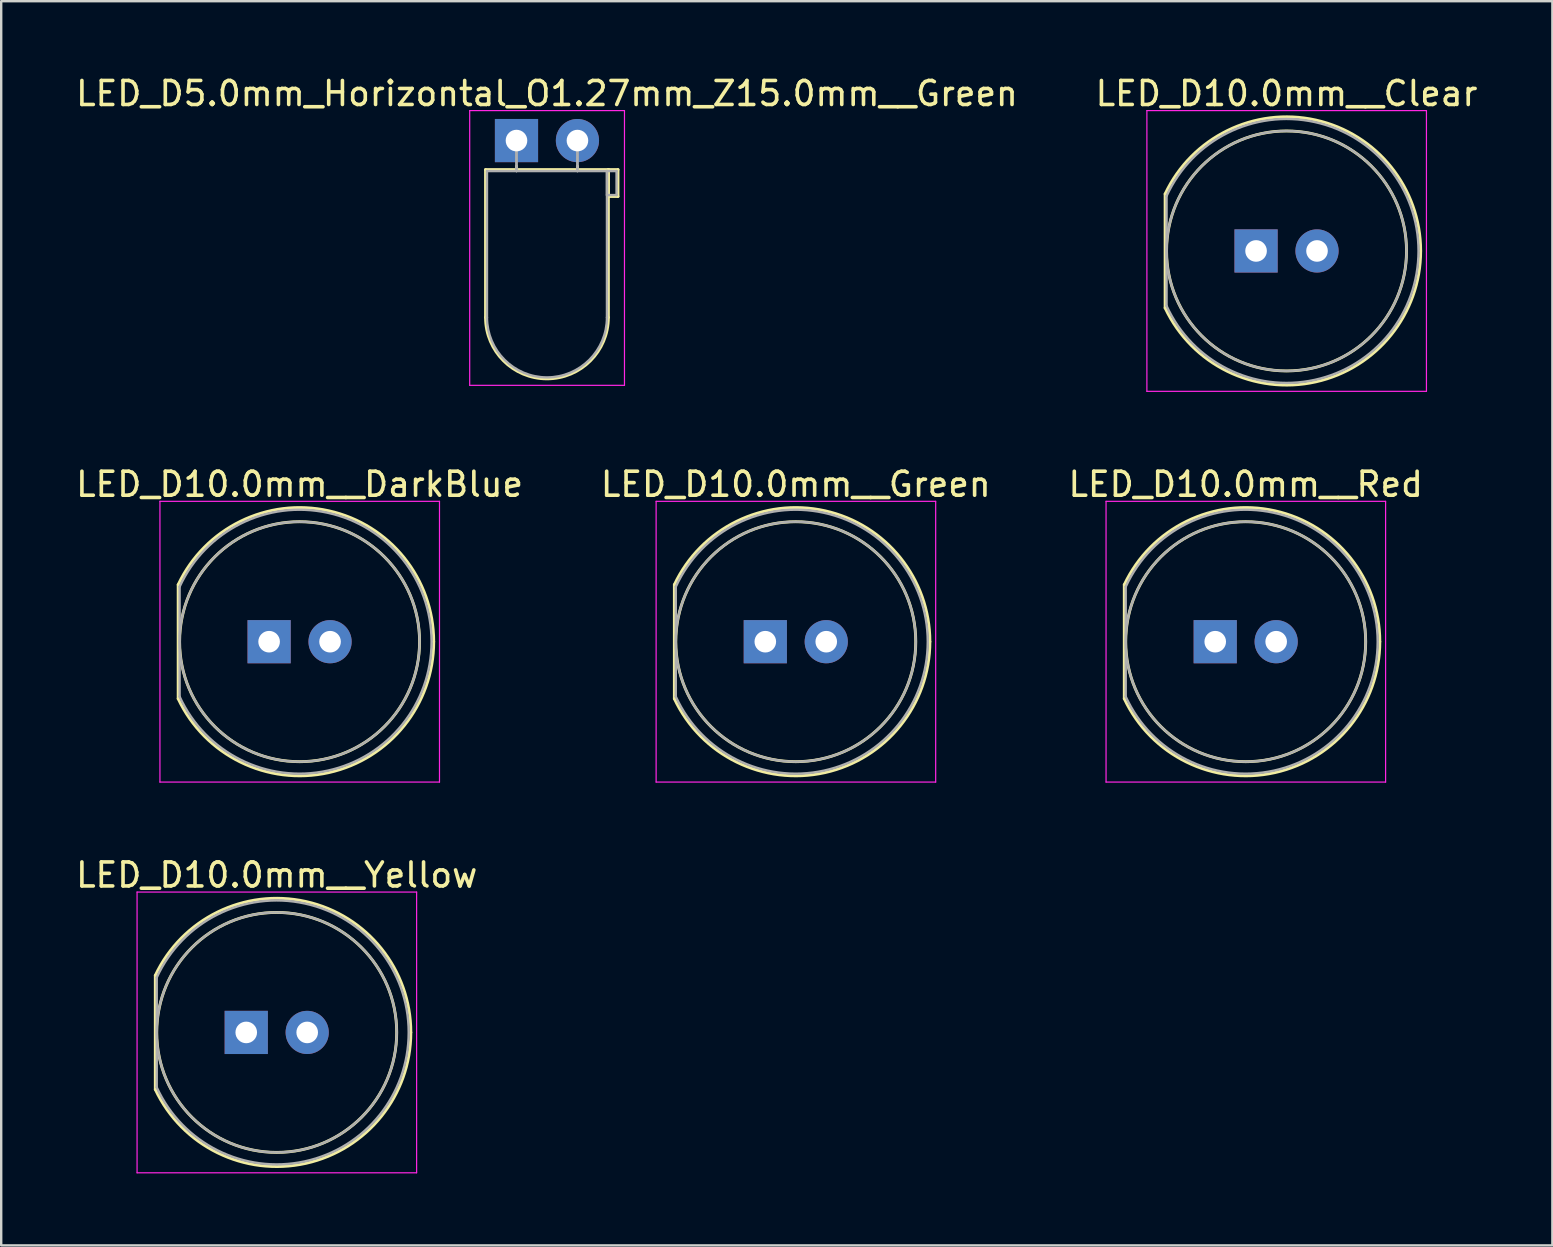
<source format=kicad_pcb>
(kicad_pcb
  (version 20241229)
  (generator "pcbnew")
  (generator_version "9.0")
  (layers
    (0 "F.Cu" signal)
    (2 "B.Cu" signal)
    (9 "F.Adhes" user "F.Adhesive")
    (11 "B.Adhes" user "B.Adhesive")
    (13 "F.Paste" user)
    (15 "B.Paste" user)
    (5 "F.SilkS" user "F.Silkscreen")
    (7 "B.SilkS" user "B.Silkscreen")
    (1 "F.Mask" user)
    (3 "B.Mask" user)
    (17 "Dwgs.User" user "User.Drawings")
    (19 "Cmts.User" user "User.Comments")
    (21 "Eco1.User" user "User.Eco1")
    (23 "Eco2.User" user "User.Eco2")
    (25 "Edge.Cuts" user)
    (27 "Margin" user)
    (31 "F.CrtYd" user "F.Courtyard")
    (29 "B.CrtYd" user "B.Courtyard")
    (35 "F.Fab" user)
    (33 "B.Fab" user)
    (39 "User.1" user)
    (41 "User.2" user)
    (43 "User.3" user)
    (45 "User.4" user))
  (footprint "LED_D10.0mm__DarkBlue"
    (layer "F.Cu")
    (at 8.165 23.692)
    (property "Reference" "LED_D10.0mm__DarkBlue" (at 1.27 -6.56 0) (layer "F.SilkS") (effects (font (size 1 1) (thickness 0.15))))
    (attr through_hole)
    (fp_line (start -3.79 -2.376) (end -3.79 2.376) (stroke (width 0.12) (type solid)) (layer "F.SilkS"))
    (fp_arc (start -3.79 -2.375816) (mid 2.484794 -5.456407) (end 6.859998 -0.004741) (stroke (width 0.12) (type solid)) (layer "F.SilkS"))
    (fp_arc (start 6.859998 0.004741) (mid 2.484794 5.456407) (end -3.79 2.375816) (stroke (width 0.12) (type solid)) (layer "F.SilkS"))
    (fp_circle (center 1.27 0) (end 6.27 0) (stroke (width 0.12) (type solid)) (fill no) (layer "F.SilkS"))
    (fp_line (start -4.55 -5.85) (end -4.55 5.85) (stroke (width 0.05) (type solid)) (layer "F.CrtYd"))
    (fp_line (start -4.55 5.85) (end 7.1 5.85) (stroke (width 0.05) (type solid)) (layer "F.CrtYd"))
    (fp_line (start 7.1 -5.85) (end -4.55 -5.85) (stroke (width 0.05) (type solid)) (layer "F.CrtYd"))
    (fp_line (start 7.1 5.85) (end 7.1 -5.85) (stroke (width 0.05) (type solid)) (layer "F.CrtYd"))
    (fp_line (start -3.73 -2.291) (end -3.73 2.291) (stroke (width 0.1) (type solid)) (layer "F.Fab"))
    (fp_arc (start -3.73 -2.291288) (mid 6.77 0.001918) (end -3.731597 2.2878) (stroke (width 0.1) (type solid)) (layer "F.Fab"))
    (fp_circle (center 1.27 0) (end 6.27 0) (stroke (width 0.1) (type solid)) (fill no) (layer "F.Fab"))
    (pad "1" thru_hole rect (at 0 0) (size 1.8 1.8) (drill 0.9) (layers "*.Cu" "*.Mask"))
    (pad "2" thru_hole circle (at 2.54 0) (size 1.8 1.8) (drill 0.9) (layers "*.Cu" "*.Mask")))
  (footprint "LED_D10.0mm__Red"
    (layer "F.Cu")
    (at 47.593 23.692)
    (property "Reference" "LED_D10.0mm__Red" (at 1.27 -6.56 0) (layer "F.SilkS") (effects (font (size 1 1) (thickness 0.15))))
    (attr through_hole)
    (fp_line (start -3.79 -2.376) (end -3.79 2.376) (stroke (width 0.12) (type solid)) (layer "F.SilkS"))
    (fp_arc (start -3.79 -2.375816) (mid 2.484794 -5.456407) (end 6.859998 -0.004741) (stroke (width 0.12) (type solid)) (layer "F.SilkS"))
    (fp_arc (start 6.859998 0.004741) (mid 2.484794 5.456407) (end -3.79 2.375816) (stroke (width 0.12) (type solid)) (layer "F.SilkS"))
    (fp_circle (center 1.27 0) (end 6.27 0) (stroke (width 0.12) (type solid)) (fill no) (layer "F.SilkS"))
    (fp_line (start -4.55 -5.85) (end -4.55 5.85) (stroke (width 0.05) (type solid)) (layer "F.CrtYd"))
    (fp_line (start -4.55 5.85) (end 7.1 5.85) (stroke (width 0.05) (type solid)) (layer "F.CrtYd"))
    (fp_line (start 7.1 -5.85) (end -4.55 -5.85) (stroke (width 0.05) (type solid)) (layer "F.CrtYd"))
    (fp_line (start 7.1 5.85) (end 7.1 -5.85) (stroke (width 0.05) (type solid)) (layer "F.CrtYd"))
    (fp_line (start -3.73 -2.291) (end -3.73 2.291) (stroke (width 0.1) (type solid)) (layer "F.Fab"))
    (fp_arc (start -3.73 -2.291288) (mid 6.77 0.001918) (end -3.731597 2.2878) (stroke (width 0.1) (type solid)) (layer "F.Fab"))
    (fp_circle (center 1.27 0) (end 6.27 0) (stroke (width 0.1) (type solid)) (fill no) (layer "F.Fab"))
    (pad "1" thru_hole rect (at 0 0) (size 1.8 1.8) (drill 0.9) (layers "*.Cu" "*.Mask"))
    (pad "2" thru_hole circle (at 2.54 0) (size 1.8 1.8) (drill 0.9) (layers "*.Cu" "*.Mask")))
  (footprint "LED_D5.0mm_Horizontal_O1.27mm_Z15.0mm__Green"
    (layer "F.Cu")
    (at 18.474 2.808)
    (property "Reference" "LED_D5.0mm_Horizontal_O1.27mm_Z15.0mm__Green" (at 1.27 -1.96 0) (layer "F.SilkS") (effects (font (size 1 1) (thickness 0.15))))
    (attr through_hole)
    (fp_line (start -1.29 1.21) (end -1.29 7.37) (stroke (width 0.12) (type solid)) (layer "F.SilkS"))
    (fp_line (start -1.29 1.21) (end 3.83 1.21) (stroke (width 0.12) (type solid)) (layer "F.SilkS"))
    (fp_line (start 0 1.08) (end 0 1.08) (stroke (width 0.12) (type solid)) (layer "F.SilkS"))
    (fp_line (start 0 1.08) (end 0 1.21) (stroke (width 0.12) (type solid)) (layer "F.SilkS"))
    (fp_line (start 0 1.21) (end 0 1.08) (stroke (width 0.12) (type solid)) (layer "F.SilkS"))
    (fp_line (start 0 1.21) (end 0 1.21) (stroke (width 0.12) (type solid)) (layer "F.SilkS"))
    (fp_line (start 2.54 1.08) (end 2.54 1.08) (stroke (width 0.12) (type solid)) (layer "F.SilkS"))
    (fp_line (start 2.54 1.08) (end 2.54 1.21) (stroke (width 0.12) (type solid)) (layer "F.SilkS"))
    (fp_line (start 2.54 1.21) (end 2.54 1.08) (stroke (width 0.12) (type solid)) (layer "F.SilkS"))
    (fp_line (start 2.54 1.21) (end 2.54 1.21) (stroke (width 0.12) (type solid)) (layer "F.SilkS"))
    (fp_line (start 3.83 1.21) (end 3.83 7.37) (stroke (width 0.12) (type solid)) (layer "F.SilkS"))
    (fp_line (start 3.83 1.21) (end 4.23 1.21) (stroke (width 0.12) (type solid)) (layer "F.SilkS"))
    (fp_line (start 3.83 2.33) (end 3.83 1.21) (stroke (width 0.12) (type solid)) (layer "F.SilkS"))
    (fp_line (start 4.23 1.21) (end 4.23 2.33) (stroke (width 0.12) (type solid)) (layer "F.SilkS"))
    (fp_line (start 4.23 2.33) (end 3.83 2.33) (stroke (width 0.12) (type solid)) (layer "F.SilkS"))
    (fp_arc (start 3.83 7.37) (mid 1.27 9.93) (end -1.29 7.37) (stroke (width 0.12) (type solid)) (layer "F.SilkS"))
    (fp_line (start -1.95 -1.25) (end -1.95 10.2) (stroke (width 0.05) (type solid)) (layer "F.CrtYd"))
    (fp_line (start -1.95 10.2) (end 4.5 10.2) (stroke (width 0.05) (type solid)) (layer "F.CrtYd"))
    (fp_line (start 4.5 -1.25) (end -1.95 -1.25) (stroke (width 0.05) (type solid)) (layer "F.CrtYd"))
    (fp_line (start 4.5 10.2) (end 4.5 -1.25) (stroke (width 0.05) (type solid)) (layer "F.CrtYd"))
    (fp_line (start -1.23 1.27) (end -1.23 7.37) (stroke (width 0.1) (type solid)) (layer "F.Fab"))
    (fp_line (start -1.23 1.27) (end 3.77 1.27) (stroke (width 0.1) (type solid)) (layer "F.Fab"))
    (fp_line (start 0 0) (end 0 0) (stroke (width 0.1) (type solid)) (layer "F.Fab"))
    (fp_line (start 0 0) (end 0 1.27) (stroke (width 0.1) (type solid)) (layer "F.Fab"))
    (fp_line (start 0 1.27) (end 0 0) (stroke (width 0.1) (type solid)) (layer "F.Fab"))
    (fp_line (start 0 1.27) (end 0 1.27) (stroke (width 0.1) (type solid)) (layer "F.Fab"))
    (fp_line (start 2.54 0) (end 2.54 0) (stroke (width 0.1) (type solid)) (layer "F.Fab"))
    (fp_line (start 2.54 0) (end 2.54 1.27) (stroke (width 0.1) (type solid)) (layer "F.Fab"))
    (fp_line (start 2.54 1.27) (end 2.54 0) (stroke (width 0.1) (type solid)) (layer "F.Fab"))
    (fp_line (start 2.54 1.27) (end 2.54 1.27) (stroke (width 0.1) (type solid)) (layer "F.Fab"))
    (fp_line (start 3.77 1.27) (end 3.77 7.37) (stroke (width 0.1) (type solid)) (layer "F.Fab"))
    (fp_line (start 3.77 1.27) (end 4.17 1.27) (stroke (width 0.1) (type solid)) (layer "F.Fab"))
    (fp_line (start 3.77 2.27) (end 3.77 1.27) (stroke (width 0.1) (type solid)) (layer "F.Fab"))
    (fp_line (start 4.17 1.27) (end 4.17 2.27) (stroke (width 0.1) (type solid)) (layer "F.Fab"))
    (fp_line (start 4.17 2.27) (end 3.77 2.27) (stroke (width 0.1) (type solid)) (layer "F.Fab"))
    (fp_arc (start 3.77 7.37) (mid 1.27 9.87) (end -1.23 7.37) (stroke (width 0.1) (type solid)) (layer "F.Fab"))
    (pad "1" thru_hole rect (at 0 0) (size 1.8 1.8) (drill 0.9) (layers "*.Cu" "*.Mask"))
    (pad "2" thru_hole circle (at 2.54 0) (size 1.8 1.8) (drill 0.9) (layers "*.Cu" "*.Mask")))
  (footprint "LED_D10.0mm__Yellow"
    (layer "F.Cu")
    (at 7.212 39.975)
    (property "Reference" "LED_D10.0mm__Yellow" (at 1.27 -6.56 0) (layer "F.SilkS") (effects (font (size 1 1) (thickness 0.15))))
    (attr through_hole)
    (fp_line (start -3.79 -2.376) (end -3.79 2.376) (stroke (width 0.12) (type solid)) (layer "F.SilkS"))
    (fp_arc (start -3.79 -2.375816) (mid 2.484794 -5.456407) (end 6.859998 -0.004741) (stroke (width 0.12) (type solid)) (layer "F.SilkS"))
    (fp_arc (start 6.859998 0.004741) (mid 2.484794 5.456407) (end -3.79 2.375816) (stroke (width 0.12) (type solid)) (layer "F.SilkS"))
    (fp_circle (center 1.27 0) (end 6.27 0) (stroke (width 0.12) (type solid)) (fill no) (layer "F.SilkS"))
    (fp_line (start -4.55 -5.85) (end -4.55 5.85) (stroke (width 0.05) (type solid)) (layer "F.CrtYd"))
    (fp_line (start -4.55 5.85) (end 7.1 5.85) (stroke (width 0.05) (type solid)) (layer "F.CrtYd"))
    (fp_line (start 7.1 -5.85) (end -4.55 -5.85) (stroke (width 0.05) (type solid)) (layer "F.CrtYd"))
    (fp_line (start 7.1 5.85) (end 7.1 -5.85) (stroke (width 0.05) (type solid)) (layer "F.CrtYd"))
    (fp_line (start -3.73 -2.291) (end -3.73 2.291) (stroke (width 0.1) (type solid)) (layer "F.Fab"))
    (fp_arc (start -3.73 -2.291288) (mid 6.77 0.001918) (end -3.731597 2.2878) (stroke (width 0.1) (type solid)) (layer "F.Fab"))
    (fp_circle (center 1.27 0) (end 6.27 0) (stroke (width 0.1) (type solid)) (fill no) (layer "F.Fab"))
    (pad "1" thru_hole rect (at 0 0) (size 1.8 1.8) (drill 0.9) (layers "*.Cu" "*.Mask"))
    (pad "2" thru_hole circle (at 2.54 0) (size 1.8 1.8) (drill 0.9) (layers "*.Cu" "*.Mask")))
  (footprint "LED_D10.0mm__Green"
    (layer "F.Cu")
    (at 28.843 23.692)
    (property "Reference" "LED_D10.0mm__Green" (at 1.27 -6.56 0) (layer "F.SilkS") (effects (font (size 1 1) (thickness 0.15))))
    (attr through_hole)
    (fp_line (start -3.79 -2.376) (end -3.79 2.376) (stroke (width 0.12) (type solid)) (layer "F.SilkS"))
    (fp_arc (start -3.79 -2.375816) (mid 2.484794 -5.456407) (end 6.859998 -0.004741) (stroke (width 0.12) (type solid)) (layer "F.SilkS"))
    (fp_arc (start 6.859998 0.004741) (mid 2.484794 5.456407) (end -3.79 2.375816) (stroke (width 0.12) (type solid)) (layer "F.SilkS"))
    (fp_circle (center 1.27 0) (end 6.27 0) (stroke (width 0.12) (type solid)) (fill no) (layer "F.SilkS"))
    (fp_line (start -4.55 -5.85) (end -4.55 5.85) (stroke (width 0.05) (type solid)) (layer "F.CrtYd"))
    (fp_line (start -4.55 5.85) (end 7.1 5.85) (stroke (width 0.05) (type solid)) (layer "F.CrtYd"))
    (fp_line (start 7.1 -5.85) (end -4.55 -5.85) (stroke (width 0.05) (type solid)) (layer "F.CrtYd"))
    (fp_line (start 7.1 5.85) (end 7.1 -5.85) (stroke (width 0.05) (type solid)) (layer "F.CrtYd"))
    (fp_line (start -3.73 -2.291) (end -3.73 2.291) (stroke (width 0.1) (type solid)) (layer "F.Fab"))
    (fp_arc (start -3.73 -2.291288) (mid 6.77 0.001918) (end -3.731597 2.2878) (stroke (width 0.1) (type solid)) (layer "F.Fab"))
    (fp_circle (center 1.27 0) (end 6.27 0) (stroke (width 0.1) (type solid)) (fill no) (layer "F.Fab"))
    (pad "1" thru_hole rect (at 0 0) (size 1.8 1.8) (drill 0.9) (layers "*.Cu" "*.Mask"))
    (pad "2" thru_hole circle (at 2.54 0) (size 1.8 1.8) (drill 0.9) (layers "*.Cu" "*.Mask")))
  (footprint "LED_D10.0mm__Clear"
    (layer "F.Cu")
    (at 49.295 7.408)
    (property "Reference" "LED_D10.0mm__Clear" (at 1.27 -6.56 0) (layer "F.SilkS") (effects (font (size 1 1) (thickness 0.15))))
    (attr through_hole)
    (fp_line (start -3.79 -2.376) (end -3.79 2.376) (stroke (width 0.12) (type solid)) (layer "F.SilkS"))
    (fp_arc (start -3.79 -2.375816) (mid 2.484794 -5.456407) (end 6.859998 -0.004741) (stroke (width 0.12) (type solid)) (layer "F.SilkS"))
    (fp_arc (start 6.859998 0.004741) (mid 2.484794 5.456407) (end -3.79 2.375816) (stroke (width 0.12) (type solid)) (layer "F.SilkS"))
    (fp_circle (center 1.27 0) (end 6.27 0) (stroke (width 0.12) (type solid)) (fill no) (layer "F.SilkS"))
    (fp_line (start -4.55 -5.85) (end -4.55 5.85) (stroke (width 0.05) (type solid)) (layer "F.CrtYd"))
    (fp_line (start -4.55 5.85) (end 7.1 5.85) (stroke (width 0.05) (type solid)) (layer "F.CrtYd"))
    (fp_line (start 7.1 -5.85) (end -4.55 -5.85) (stroke (width 0.05) (type solid)) (layer "F.CrtYd"))
    (fp_line (start 7.1 5.85) (end 7.1 -5.85) (stroke (width 0.05) (type solid)) (layer "F.CrtYd"))
    (fp_line (start -3.73 -2.291) (end -3.73 2.291) (stroke (width 0.1) (type solid)) (layer "F.Fab"))
    (fp_arc (start -3.73 -2.291288) (mid 6.77 0.001918) (end -3.731597 2.2878) (stroke (width 0.1) (type solid)) (layer "F.Fab"))
    (fp_circle (center 1.27 0) (end 6.27 0) (stroke (width 0.1) (type solid)) (fill no) (layer "F.Fab"))
    (pad "1" thru_hole rect (at 0 0) (size 1.8 1.8) (drill 0.9) (layers "*.Cu" "*.Mask"))
    (pad "2" thru_hole circle (at 2.54 0) (size 1.8 1.8) (drill 0.9) (layers "*.Cu" "*.Mask")))
  (gr_rect
    (start -3 -3)
    (end 61.643 48.85)
    (stroke (width 0.1) (type default))
    (fill no)
    (layer "Edge.Cuts")))
</source>
